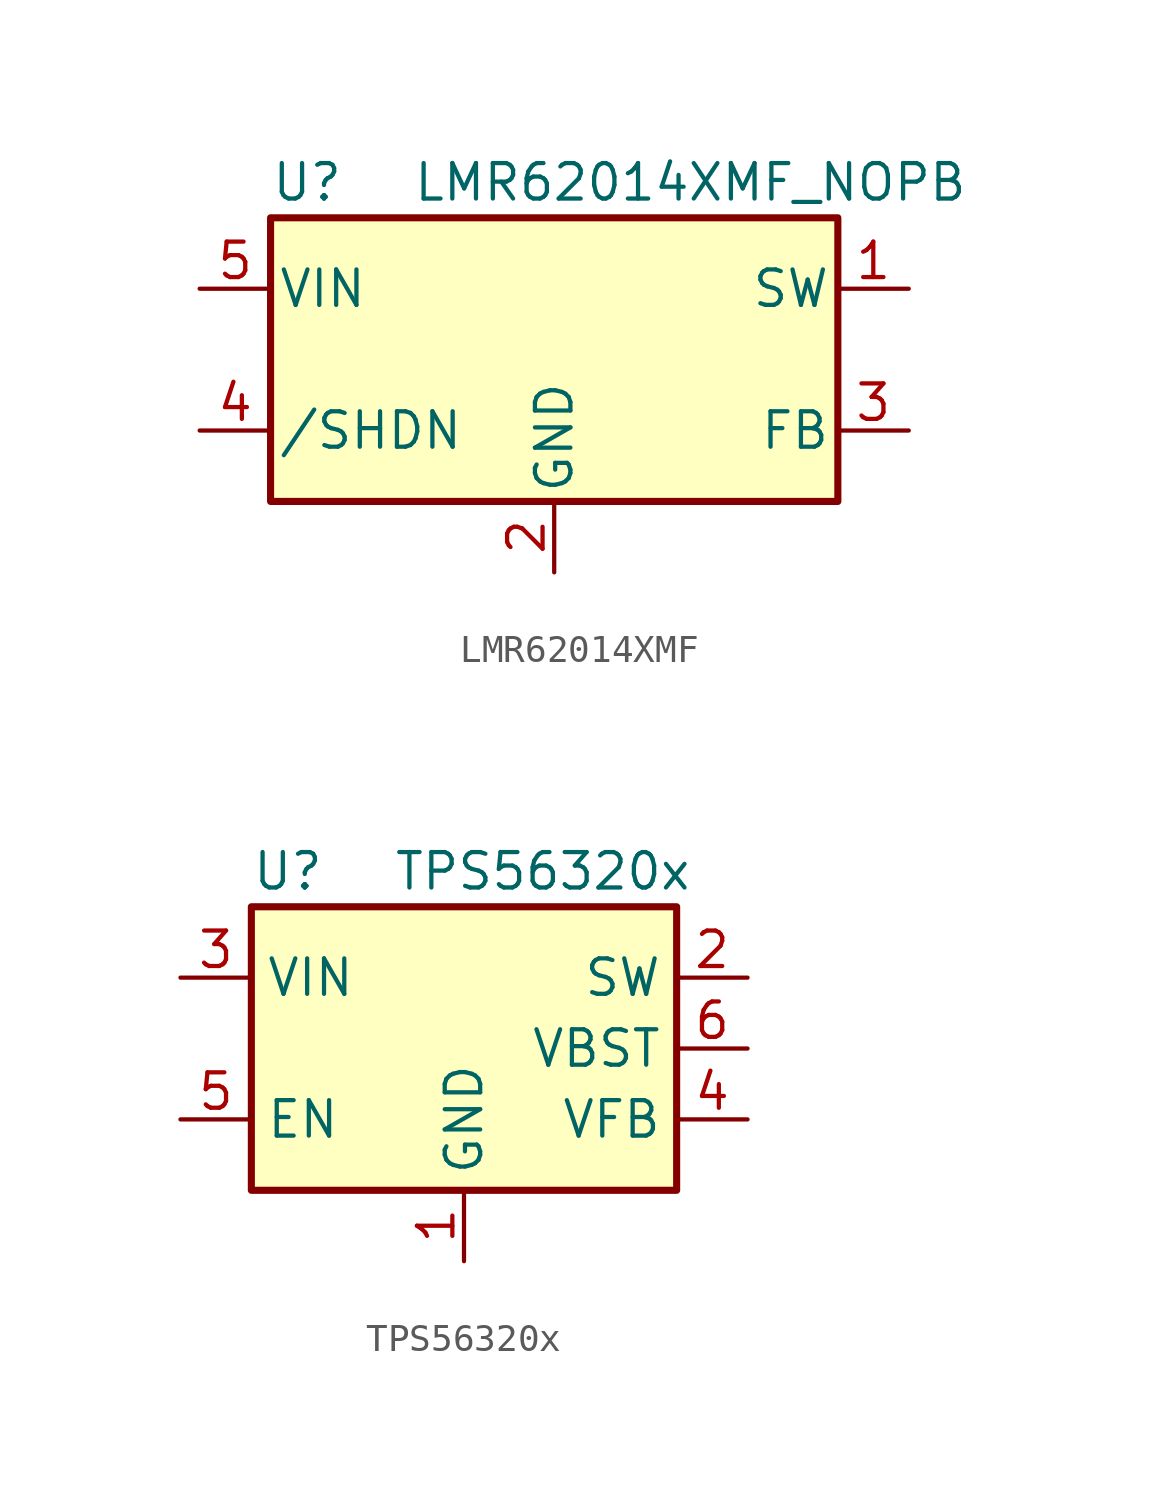
<source format=kicad_sym>
(kicad_symbol_lib
  (version 20231120)
  (generator "kicad_symbol_editor")
  (generator_version "8.0")
  (symbol "LMR62014XMF"
    (pin_names
      (offset 0.254))
    (property "Reference" "U"
      (at 0 1.27 0)
      (effects (font (size 1.27 1.27)) (justify left)))
    (property "Value" "LMR62014XMF_NOPB"
      (at 5.08 1.27 0)
      (effects (font (size 1.27 1.27)) (justify left)))
    (symbol "LMR62014XMF_0_1"
      (rectangle (start 0 0) (end 20.32 -10.16) (stroke (width 0.254) (type default)) (fill (type background))))
    (symbol "LMR62014XMF_1_1"
      (pin output line (at 22.86 -2.54 180) (length 2.54) (name "SW" (effects (font (size 1.27 1.27)))) (number "1" (effects (font (size 1.27 1.27)))))
      (pin power_in line (at 10.16 -12.7 90) (length 2.54) (name "GND" (effects (font (size 1.27 1.27)))) (number "2" (effects (font (size 1.27 1.27)))))
      (pin input line (at 22.86 -7.62 180) (length 2.54) (name "FB" (effects (font (size 1.27 1.27)))) (number "3" (effects (font (size 1.27 1.27)))))
      (pin input line (at -2.54 -7.62 0) (length 2.54) (name "/SHDN" (effects (font (size 1.27 1.27)))) (number "4" (effects (font (size 1.27 1.27)))))
      (pin input line (at -2.54 -2.54 0) (length 2.54) (name "VIN" (effects (font (size 1.27 1.27)))) (number "5" (effects (font (size 1.27 1.27)))))))
  (symbol "TPS56320x"
    (property "Reference" "U"
      (at -7.62 6.35 0)
      (effects (font (size 1.27 1.27)) (justify left)))
    (property "Value" "TPS56320x"
      (at -2.54 6.35 0)
      (effects (font (size 1.27 1.27)) (justify left)))
    (symbol "TPS56320x_0_1"
      (rectangle (start -7.62 5.08) (end 7.62 -5.08) (stroke (width 0.254) (type default)) (fill (type background))))
    (symbol "TPS56320x_1_1"
      (pin power_in line (at 0 -7.62 90) (length 2.54) (name "GND" (effects (font (size 1.27 1.27)))) (number "1" (effects (font (size 1.27 1.27)))))
      (pin output line (at 10.16 2.54 180) (length 2.54) (name "SW" (effects (font (size 1.27 1.27)))) (number "2" (effects (font (size 1.27 1.27)))))
      (pin power_in line (at -10.16 2.54 0) (length 2.54) (name "VIN" (effects (font (size 1.27 1.27)))) (number "3" (effects (font (size 1.27 1.27)))))
      (pin input line (at 10.16 -2.54 180) (length 2.54) (name "VFB" (effects (font (size 1.27 1.27)))) (number "4" (effects (font (size 1.27 1.27)))))
      (pin input line (at -10.16 -2.54 0) (length 2.54) (name "EN" (effects (font (size 1.27 1.27)))) (number "5" (effects (font (size 1.27 1.27)))))
      (pin passive line (at 10.16 0 180) (length 2.54) (name "VBST" (effects (font (size 1.27 1.27)))) (number "6" (effects (font (size 1.27 1.27))))))))
</source>
